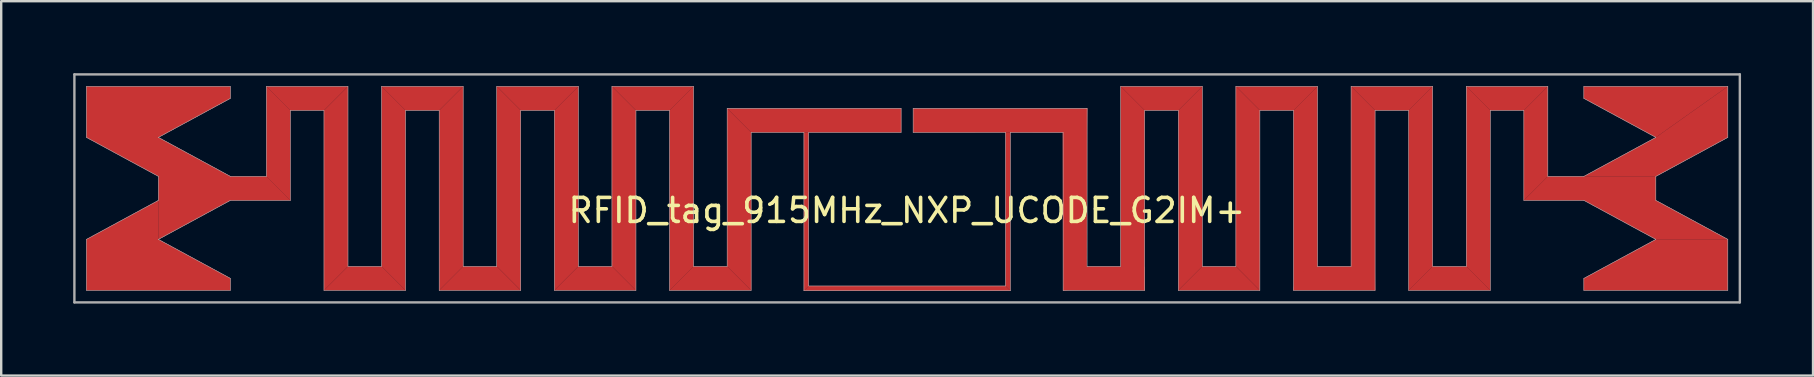
<source format=kicad_pcb>
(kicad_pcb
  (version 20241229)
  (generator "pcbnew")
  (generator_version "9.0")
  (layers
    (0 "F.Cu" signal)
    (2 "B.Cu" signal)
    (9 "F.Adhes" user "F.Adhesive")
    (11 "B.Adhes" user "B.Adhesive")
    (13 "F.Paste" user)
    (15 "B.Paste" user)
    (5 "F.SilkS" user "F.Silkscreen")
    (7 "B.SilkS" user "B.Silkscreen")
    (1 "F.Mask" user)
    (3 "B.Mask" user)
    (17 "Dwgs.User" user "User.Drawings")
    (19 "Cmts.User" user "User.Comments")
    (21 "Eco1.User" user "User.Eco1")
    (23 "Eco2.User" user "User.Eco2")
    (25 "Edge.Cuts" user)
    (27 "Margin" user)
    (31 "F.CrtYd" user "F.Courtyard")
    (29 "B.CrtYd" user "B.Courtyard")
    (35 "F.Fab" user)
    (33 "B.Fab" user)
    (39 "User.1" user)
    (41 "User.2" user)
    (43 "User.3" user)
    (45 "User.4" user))
  (footprint "RFID_tag_915MHz_NXP_UCODE_G2IM+"
    (layer "F.Cu")
    (at 34.74 1.97)
    (property "Reference" "RFID_tag_915MHz_NXP_UCODE_G2IM+" (at 0 3.75 0) (layer "F.SilkS") (effects (font (size 1 1) (thickness 0.15))))
    (attr through_hole)
    (fp_poly (pts (xy -25.69 -0.42) (xy -25.69 3.33) (xy -26.69 2.33) (xy -26.69 -1.42)) (stroke (width 0.01) (type solid)) (fill yes) (layer "F.Cu"))
    (fp_poly (pts (xy -24.29 -0.42) (xy -25.69 -0.42) (xy -26.69 -1.42) (xy -23.29 -1.42)) (stroke (width 0.01) (type solid)) (fill yes) (layer "F.Cu"))
    (fp_poly (pts (xy -23.29 6.08) (xy -24.29 7.08) (xy -24.29 -0.42) (xy -23.29 -1.42)) (stroke (width 0.01) (type solid)) (fill yes) (layer "F.Cu"))
    (fp_poly (pts (xy -20.89 -0.42) (xy -20.89 7.08) (xy -21.89 6.08) (xy -21.89 -1.42)) (stroke (width 0.01) (type solid)) (fill yes) (layer "F.Cu"))
    (fp_poly (pts (xy -20.89 7.08) (xy -24.29 7.08) (xy -23.29 6.08) (xy -21.89 6.08)) (stroke (width 0.01) (type solid)) (fill yes) (layer "F.Cu"))
    (fp_poly (pts (xy -19.49 -0.42) (xy -20.89 -0.42) (xy -21.89 -1.42) (xy -18.49 -1.42)) (stroke (width 0.01) (type solid)) (fill yes) (layer "F.Cu"))
    (fp_poly (pts (xy -18.49 6.08) (xy -19.49 7.08) (xy -19.49 -0.42) (xy -18.49 -1.42)) (stroke (width 0.01) (type solid)) (fill yes) (layer "F.Cu"))
    (fp_poly (pts (xy -16.09 -0.42) (xy -16.09 7.08) (xy -17.09 6.08) (xy -17.09 -1.42)) (stroke (width 0.01) (type solid)) (fill yes) (layer "F.Cu"))
    (fp_poly (pts (xy -16.09 7.08) (xy -19.49 7.08) (xy -18.49 6.08) (xy -17.09 6.08)) (stroke (width 0.01) (type solid)) (fill yes) (layer "F.Cu"))
    (fp_poly (pts (xy -14.69 -0.42) (xy -16.09 -0.42) (xy -17.09 -1.42) (xy -13.69 -1.42)) (stroke (width 0.01) (type solid)) (fill yes) (layer "F.Cu"))
    (fp_poly (pts (xy -13.69 6.08) (xy -14.69 7.08) (xy -14.69 -0.42) (xy -13.69 -1.42)) (stroke (width 0.01) (type solid)) (fill yes) (layer "F.Cu"))
    (fp_poly (pts (xy -11.29 -0.42) (xy -11.29 7.08) (xy -12.29 6.08) (xy -12.29 -1.42)) (stroke (width 0.01) (type solid)) (fill yes) (layer "F.Cu"))
    (fp_poly (pts (xy -11.29 7.08) (xy -14.69 7.08) (xy -13.69 6.08) (xy -12.29 6.08)) (stroke (width 0.01) (type solid)) (fill yes) (layer "F.Cu"))
    (fp_poly (pts (xy -9.89 -0.42) (xy -11.29 -0.42) (xy -12.29 -1.42) (xy -8.89 -1.42)) (stroke (width 0.01) (type solid)) (fill yes) (layer "F.Cu"))
    (fp_poly (pts (xy -8.89 6.08) (xy -9.89 7.08) (xy -9.89 -0.42) (xy -8.89 -1.42)) (stroke (width 0.01) (type solid)) (fill yes) (layer "F.Cu"))
    (fp_poly (pts (xy -6.49 0.497) (xy -6.49 7.08) (xy -7.49 6.08) (xy -7.49 -0.503)) (stroke (width 0.01) (type solid)) (fill yes) (layer "F.Cu"))
    (fp_poly (pts (xy -6.49 7.08) (xy -9.89 7.08) (xy -8.89 6.08) (xy -7.49 6.08)) (stroke (width 0.01) (type solid)) (fill yes) (layer "F.Cu"))
    (fp_poly (pts (xy -4.09 6.897) (xy -4.29 7.097) (xy -4.29 0.497) (xy -4.09 0.497)) (stroke (width 0.01) (type solid)) (fill yes) (layer "F.Cu"))
    (fp_poly (pts (xy -0.24 0.497) (xy -6.49 0.497) (xy -7.49 -0.503) (xy -0.24 -0.503)) (stroke (width 0.01) (type solid)) (fill yes) (layer "F.Cu"))
    (fp_poly (pts (xy 4.31 7.097) (xy -4.29 7.097) (xy -4.09 6.897) (xy 4.11 6.897)) (stroke (width 0.01) (type solid)) (fill yes) (layer "F.Cu"))
    (fp_poly (pts (xy 4.31 7.097) (xy 4.11 6.897) (xy 4.11 0.497) (xy 4.31 0.497)) (stroke (width 0.01) (type solid)) (fill yes) (layer "F.Cu"))
    (fp_poly (pts (xy 7.5 0.5) (xy 0.26 0.497) (xy 0.26 -0.503) (xy 7.51 -0.503)) (stroke (width 0.01) (type solid)) (fill yes) (layer "F.Cu"))
    (fp_poly (pts (xy 7.5 7) (xy 6.51 7.08) (xy 6.5 -0.2) (xy 7.51 -0.503)) (stroke (width 0.01) (type solid)) (fill yes) (layer "F.Cu"))
    (fp_poly (pts (xy 9.91 -0.42) (xy 9.91 7.08) (xy 8.91 6.08) (xy 8.91 -1.42)) (stroke (width 0.01) (type solid)) (fill yes) (layer "F.Cu"))
    (fp_poly (pts (xy 11.31 -0.42) (xy 9.91 -0.42) (xy 8.91 -1.42) (xy 12.31 -1.42)) (stroke (width 0.01) (type solid)) (fill yes) (layer "F.Cu"))
    (fp_poly (pts (xy 12.31 6.08) (xy 11.31 7.08) (xy 11.31 -0.42) (xy 12.31 -1.42)) (stroke (width 0.01) (type solid)) (fill yes) (layer "F.Cu"))
    (fp_poly (pts (xy 14.71 -0.42) (xy 14.71 7.08) (xy 13.71 6.08) (xy 13.71 -1.42)) (stroke (width 0.01) (type solid)) (fill yes) (layer "F.Cu"))
    (fp_poly (pts (xy 14.71 7.08) (xy 11.31 7.08) (xy 12.31 6.08) (xy 13.71 6.08)) (stroke (width 0.01) (type solid)) (fill yes) (layer "F.Cu"))
    (fp_poly (pts (xy 16.11 -0.42) (xy 14.71 -0.42) (xy 13.71 -1.42) (xy 17.11 -1.42)) (stroke (width 0.01) (type solid)) (fill yes) (layer "F.Cu"))
    (fp_poly (pts (xy 17.11 6.08) (xy 16.11 7.08) (xy 16.11 -0.42) (xy 17.11 -1.42)) (stroke (width 0.01) (type solid)) (fill yes) (layer "F.Cu"))
    (fp_poly (pts (xy 19.51 -0.42) (xy 19.51 7.08) (xy 18.51 6.08) (xy 18.51 -1.42)) (stroke (width 0.01) (type solid)) (fill yes) (layer "F.Cu"))
    (fp_poly (pts (xy 20.91 -0.42) (xy 19.51 -0.42) (xy 18.51 -1.42) (xy 21.91 -1.42)) (stroke (width 0.01) (type solid)) (fill yes) (layer "F.Cu"))
    (fp_poly (pts (xy 21.91 6.08) (xy 20.91 7.08) (xy 20.91 -0.42) (xy 21.91 -1.42)) (stroke (width 0.01) (type solid)) (fill yes) (layer "F.Cu"))
    (fp_poly (pts (xy 24.31 -0.42) (xy 24.31 7.08) (xy 23.31 6.08) (xy 23.31 -1.42)) (stroke (width 0.01) (type solid)) (fill yes) (layer "F.Cu"))
    (fp_poly (pts (xy 24.31 7.08) (xy 20.91 7.08) (xy 21.91 6.08) (xy 23.31 6.08)) (stroke (width 0.01) (type solid)) (fill yes) (layer "F.Cu"))
    (fp_poly (pts (xy 25.71 -0.42) (xy 24.31 -0.42) (xy 23.31 -1.42) (xy 26.71 -1.42)) (stroke (width 0.01) (type solid)) (fill yes) (layer "F.Cu"))
    (fp_poly (pts (xy 26.71 2.33) (xy 25.71 3.33) (xy 25.71 -0.42) (xy 26.71 -1.42)) (stroke (width 0.01) (type solid)) (fill yes) (layer "F.Cu"))
    (fp_poly (pts (xy 31.21 0.705) (xy 28.21 -0.92) (xy 28.21 -1.42) (xy 34.21 -1.42)) (stroke (width 0.01) (type solid)) (fill yes) (layer "F.Cu"))
    (fp_poly (pts (xy 34.21 0.705) (xy 31.21 2.33) (xy 28.21 2.33) (xy 31.21 0.705) (xy 34.21 -1.42)) (stroke (width 0.01) (type solid)) (fill yes) (layer "F.Cu"))
    (fp_poly (pts (xy 34.21 7.08) (xy 28.21 7.08) (xy 28.21 6.58) (xy 31.21 4.955) (xy 34.21 4.955)) (stroke (width 0.01) (type solid)) (fill yes) (layer "F.Cu"))
    (fp_poly (pts (xy -31.19 4.955) (xy -28.19 6.58) (xy -28.19 7.08) (xy -34.19 7.08) (xy -34.19 4.955) (xy -31.19 3.33)) (stroke (width 0.01) (type solid)) (fill yes) (layer "F.Cu"))
    (fp_poly (pts (xy 9.9 6.1) (xy 9.91 7.08) (xy 6.51 7.08) (xy 6.6 6.4) (xy 7.51 6.08) (xy 8.91 6.08)) (stroke (width 0.01) (type solid)) (fill yes) (layer "F.Cu"))
    (fp_poly (pts (xy 19.5 6.1) (xy 19.51 7.08) (xy 16.11 7.08) (xy 16.2 6.4) (xy 17.11 6.08) (xy 18.51 6.08)) (stroke (width 0.01) (type solid)) (fill yes) (layer "F.Cu"))
    (fp_poly (pts (xy 31.21 3.33) (xy 34.21 4.955) (xy 31.21 4.955) (xy 28.21 3.33) (xy 25.71 3.33) (xy 26.71 2.33) (xy 31.21 2.33)) (stroke (width 0.01) (type solid)) (fill yes) (layer "F.Cu"))
    (fp_poly (pts (xy -28.19 -0.92) (xy -31.19 0.705) (xy -28.19 2.33) (xy -26.69 2.33) (xy -25.69 3.33) (xy -28.19 3.33) (xy -31.19 4.955) (xy -31.19 2.33) (xy -34.19 0.705) (xy -34.19 -1.42) (xy -28.19 -1.42)) (stroke (width 0.01) (type solid)) (fill yes) (layer "F.Cu"))
    (fp_line (start -34.19 -1.42) (end -34.19 0.705) (stroke (width 0.02) (type solid)) (layer "Dwgs.User"))
    (fp_line (start -34.19 0.705) (end -31.19 2.33) (stroke (width 0.02) (type solid)) (layer "Dwgs.User"))
    (fp_line (start -34.19 4.955) (end -34.19 7.08) (stroke (width 0.02) (type solid)) (layer "Dwgs.User"))
    (fp_line (start -34.19 7.08) (end -28.19 7.08) (stroke (width 0.02) (type solid)) (layer "Dwgs.User"))
    (fp_line (start -31.19 0.705) (end -28.19 -0.92) (stroke (width 0.02) (type solid)) (layer "Dwgs.User"))
    (fp_line (start -31.19 2.33) (end -31.19 3.33) (stroke (width 0.02) (type solid)) (layer "Dwgs.User"))
    (fp_line (start -31.19 3.33) (end -34.19 4.955) (stroke (width 0.02) (type solid)) (layer "Dwgs.User"))
    (fp_line (start -31.19 4.955) (end -28.19 3.33) (stroke (width 0.02) (type solid)) (layer "Dwgs.User"))
    (fp_line (start -28.19 -1.42) (end -34.19 -1.42) (stroke (width 0.02) (type solid)) (layer "Dwgs.User"))
    (fp_line (start -28.19 -0.92) (end -28.19 -1.42) (stroke (width 0.02) (type solid)) (layer "Dwgs.User"))
    (fp_line (start -28.19 2.33) (end -31.19 0.705) (stroke (width 0.02) (type solid)) (layer "Dwgs.User"))
    (fp_line (start -28.19 3.33) (end -25.69 3.33) (stroke (width 0.02) (type solid)) (layer "Dwgs.User"))
    (fp_line (start -28.19 6.58) (end -31.19 4.955) (stroke (width 0.02) (type solid)) (layer "Dwgs.User"))
    (fp_line (start -28.19 7.08) (end -28.19 6.58) (stroke (width 0.02) (type solid)) (layer "Dwgs.User"))
    (fp_line (start -26.69 -1.42) (end -26.69 2.33) (stroke (width 0.02) (type solid)) (layer "Dwgs.User"))
    (fp_line (start -26.69 2.33) (end -28.19 2.33) (stroke (width 0.02) (type solid)) (layer "Dwgs.User"))
    (fp_line (start -25.69 -0.42) (end -24.29 -0.42) (stroke (width 0.02) (type solid)) (layer "Dwgs.User"))
    (fp_line (start -25.69 3.33) (end -25.69 -0.42) (stroke (width 0.02) (type solid)) (layer "Dwgs.User"))
    (fp_line (start -24.29 -0.42) (end -24.29 7.08) (stroke (width 0.02) (type solid)) (layer "Dwgs.User"))
    (fp_line (start -24.29 7.08) (end -20.89 7.08) (stroke (width 0.02) (type solid)) (layer "Dwgs.User"))
    (fp_line (start -23.29 -1.42) (end -26.69 -1.42) (stroke (width 0.02) (type solid)) (layer "Dwgs.User"))
    (fp_line (start -23.29 6.08) (end -23.29 -1.42) (stroke (width 0.02) (type solid)) (layer "Dwgs.User"))
    (fp_line (start -21.89 -1.42) (end -21.89 6.08) (stroke (width 0.02) (type solid)) (layer "Dwgs.User"))
    (fp_line (start -21.89 6.08) (end -23.29 6.08) (stroke (width 0.02) (type solid)) (layer "Dwgs.User"))
    (fp_line (start -20.89 -0.42) (end -19.49 -0.42) (stroke (width 0.02) (type solid)) (layer "Dwgs.User"))
    (fp_line (start -20.89 7.08) (end -20.89 -0.42) (stroke (width 0.02) (type solid)) (layer "Dwgs.User"))
    (fp_line (start -19.49 -0.42) (end -19.49 7.08) (stroke (width 0.02) (type solid)) (layer "Dwgs.User"))
    (fp_line (start -19.49 7.08) (end -16.09 7.08) (stroke (width 0.02) (type solid)) (layer "Dwgs.User"))
    (fp_line (start -18.49 -1.42) (end -21.89 -1.42) (stroke (width 0.02) (type solid)) (layer "Dwgs.User"))
    (fp_line (start -18.49 6.08) (end -18.49 -1.42) (stroke (width 0.02) (type solid)) (layer "Dwgs.User"))
    (fp_line (start -17.09 -1.42) (end -17.09 6.08) (stroke (width 0.02) (type solid)) (layer "Dwgs.User"))
    (fp_line (start -17.09 6.08) (end -18.49 6.08) (stroke (width 0.02) (type solid)) (layer "Dwgs.User"))
    (fp_line (start -16.09 -0.42) (end -14.69 -0.42) (stroke (width 0.02) (type solid)) (layer "Dwgs.User"))
    (fp_line (start -16.09 7.08) (end -16.09 -0.42) (stroke (width 0.02) (type solid)) (layer "Dwgs.User"))
    (fp_line (start -14.69 -0.42) (end -14.69 7.08) (stroke (width 0.02) (type solid)) (layer "Dwgs.User"))
    (fp_line (start -14.69 7.08) (end -11.29 7.08) (stroke (width 0.02) (type solid)) (layer "Dwgs.User"))
    (fp_line (start -13.69 -1.42) (end -17.09 -1.42) (stroke (width 0.02) (type solid)) (layer "Dwgs.User"))
    (fp_line (start -13.69 6.08) (end -13.69 -1.42) (stroke (width 0.02) (type solid)) (layer "Dwgs.User"))
    (fp_line (start -12.29 -1.42) (end -12.29 6.08) (stroke (width 0.02) (type solid)) (layer "Dwgs.User"))
    (fp_line (start -12.29 6.08) (end -13.69 6.08) (stroke (width 0.02) (type solid)) (layer "Dwgs.User"))
    (fp_line (start -11.29 -0.42) (end -9.89 -0.42) (stroke (width 0.02) (type solid)) (layer "Dwgs.User"))
    (fp_line (start -11.29 7.08) (end -11.29 -0.42) (stroke (width 0.02) (type solid)) (layer "Dwgs.User"))
    (fp_line (start -9.89 -0.42) (end -9.89 7.08) (stroke (width 0.02) (type solid)) (layer "Dwgs.User"))
    (fp_line (start -9.89 7.08) (end -6.49 7.08) (stroke (width 0.02) (type solid)) (layer "Dwgs.User"))
    (fp_line (start -8.89 -1.42) (end -12.29 -1.42) (stroke (width 0.02) (type solid)) (layer "Dwgs.User"))
    (fp_line (start -8.89 6.08) (end -8.89 -1.42) (stroke (width 0.02) (type solid)) (layer "Dwgs.User"))
    (fp_line (start -7.49 -0.503) (end -7.49 6.08) (stroke (width 0.02) (type solid)) (layer "Dwgs.User"))
    (fp_line (start -7.49 6.08) (end -8.89 6.08) (stroke (width 0.02) (type solid)) (layer "Dwgs.User"))
    (fp_line (start -6.49 0.497) (end -4.29 0.497) (stroke (width 0.02) (type solid)) (layer "Dwgs.User"))
    (fp_line (start -6.49 7.08) (end -6.49 0.497) (stroke (width 0.02) (type solid)) (layer "Dwgs.User"))
    (fp_line (start -4.29 0.497) (end -4.29 7.097) (stroke (width 0.02) (type solid)) (layer "Dwgs.User"))
    (fp_line (start -4.29 7.097) (end 4.31 7.097) (stroke (width 0.02) (type solid)) (layer "Dwgs.User"))
    (fp_line (start -4.09 0.497) (end -0.24 0.497) (stroke (width 0.02) (type solid)) (layer "Dwgs.User"))
    (fp_line (start -4.09 6.897) (end -4.09 0.497) (stroke (width 0.02) (type solid)) (layer "Dwgs.User"))
    (fp_line (start -0.24 -0.503) (end -7.49 -0.503) (stroke (width 0.02) (type solid)) (layer "Dwgs.User"))
    (fp_line (start -0.24 0.497) (end -0.24 -0.503) (stroke (width 0.02) (type solid)) (layer "Dwgs.User"))
    (fp_line (start 0.26 -0.503) (end 0.26 0.497) (stroke (width 0.02) (type solid)) (layer "Dwgs.User"))
    (fp_line (start 0.26 0.497) (end 4.11 0.497) (stroke (width 0.02) (type solid)) (layer "Dwgs.User"))
    (fp_line (start 4.11 0.497) (end 4.11 6.897) (stroke (width 0.02) (type solid)) (layer "Dwgs.User"))
    (fp_line (start 4.11 6.897) (end -4.09 6.897) (stroke (width 0.02) (type solid)) (layer "Dwgs.User"))
    (fp_line (start 4.31 0.497) (end 6.51 0.497) (stroke (width 0.02) (type solid)) (layer "Dwgs.User"))
    (fp_line (start 4.31 7.097) (end 4.31 0.497) (stroke (width 0.02) (type solid)) (layer "Dwgs.User"))
    (fp_line (start 6.51 0.497) (end 6.51 7.08) (stroke (width 0.02) (type solid)) (layer "Dwgs.User"))
    (fp_line (start 6.51 7.08) (end 9.91 7.08) (stroke (width 0.02) (type solid)) (layer "Dwgs.User"))
    (fp_line (start 7.51 -0.503) (end 0.26 -0.503) (stroke (width 0.02) (type solid)) (layer "Dwgs.User"))
    (fp_line (start 7.51 6.08) (end 7.51 -0.503) (stroke (width 0.02) (type solid)) (layer "Dwgs.User"))
    (fp_line (start 8.91 -1.42) (end 8.91 6.08) (stroke (width 0.02) (type solid)) (layer "Dwgs.User"))
    (fp_line (start 8.91 6.08) (end 7.51 6.08) (stroke (width 0.02) (type solid)) (layer "Dwgs.User"))
    (fp_line (start 9.91 -0.42) (end 11.31 -0.42) (stroke (width 0.02) (type solid)) (layer "Dwgs.User"))
    (fp_line (start 9.91 7.08) (end 9.91 -0.42) (stroke (width 0.02) (type solid)) (layer "Dwgs.User"))
    (fp_line (start 11.31 -0.42) (end 11.31 7.08) (stroke (width 0.02) (type solid)) (layer "Dwgs.User"))
    (fp_line (start 11.31 7.08) (end 14.71 7.08) (stroke (width 0.02) (type solid)) (layer "Dwgs.User"))
    (fp_line (start 12.31 -1.42) (end 8.91 -1.42) (stroke (width 0.02) (type solid)) (layer "Dwgs.User"))
    (fp_line (start 12.31 6.08) (end 12.31 -1.42) (stroke (width 0.02) (type solid)) (layer "Dwgs.User"))
    (fp_line (start 13.71 -1.42) (end 13.71 6.08) (stroke (width 0.02) (type solid)) (layer "Dwgs.User"))
    (fp_line (start 13.71 6.08) (end 12.31 6.08) (stroke (width 0.02) (type solid)) (layer "Dwgs.User"))
    (fp_line (start 14.71 -0.42) (end 16.11 -0.42) (stroke (width 0.02) (type solid)) (layer "Dwgs.User"))
    (fp_line (start 14.71 7.08) (end 14.71 -0.42) (stroke (width 0.02) (type solid)) (layer "Dwgs.User"))
    (fp_line (start 16.11 -0.42) (end 16.11 7.08) (stroke (width 0.02) (type solid)) (layer "Dwgs.User"))
    (fp_line (start 16.11 7.08) (end 19.51 7.08) (stroke (width 0.02) (type solid)) (layer "Dwgs.User"))
    (fp_line (start 17.11 -1.42) (end 13.71 -1.42) (stroke (width 0.02) (type solid)) (layer "Dwgs.User"))
    (fp_line (start 17.11 6.08) (end 17.11 -1.42) (stroke (width 0.02) (type solid)) (layer "Dwgs.User"))
    (fp_line (start 18.51 -1.42) (end 18.51 6.08) (stroke (width 0.02) (type solid)) (layer "Dwgs.User"))
    (fp_line (start 18.51 6.08) (end 17.11 6.08) (stroke (width 0.02) (type solid)) (layer "Dwgs.User"))
    (fp_line (start 19.51 -0.42) (end 20.91 -0.42) (stroke (width 0.02) (type solid)) (layer "Dwgs.User"))
    (fp_line (start 19.51 7.08) (end 19.51 -0.42) (stroke (width 0.02) (type solid)) (layer "Dwgs.User"))
    (fp_line (start 20.91 -0.42) (end 20.91 7.08) (stroke (width 0.02) (type solid)) (layer "Dwgs.User"))
    (fp_line (start 20.91 7.08) (end 24.31 7.08) (stroke (width 0.02) (type solid)) (layer "Dwgs.User"))
    (fp_line (start 21.91 -1.42) (end 18.51 -1.42) (stroke (width 0.02) (type solid)) (layer "Dwgs.User"))
    (fp_line (start 21.91 6.08) (end 21.91 -1.42) (stroke (width 0.02) (type solid)) (layer "Dwgs.User"))
    (fp_line (start 23.31 -1.42) (end 23.31 6.08) (stroke (width 0.02) (type solid)) (layer "Dwgs.User"))
    (fp_line (start 23.31 6.08) (end 21.91 6.08) (stroke (width 0.02) (type solid)) (layer "Dwgs.User"))
    (fp_line (start 24.31 -0.42) (end 25.71 -0.42) (stroke (width 0.02) (type solid)) (layer "Dwgs.User"))
    (fp_line (start 24.31 7.08) (end 24.31 -0.42) (stroke (width 0.02) (type solid)) (layer "Dwgs.User"))
    (fp_line (start 25.71 -0.42) (end 25.71 3.33) (stroke (width 0.02) (type solid)) (layer "Dwgs.User"))
    (fp_line (start 25.71 3.33) (end 28.21 3.33) (stroke (width 0.02) (type solid)) (layer "Dwgs.User"))
    (fp_line (start 26.71 -1.42) (end 23.31 -1.42) (stroke (width 0.02) (type solid)) (layer "Dwgs.User"))
    (fp_line (start 26.71 2.33) (end 26.71 -1.42) (stroke (width 0.02) (type solid)) (layer "Dwgs.User"))
    (fp_line (start 28.21 -1.42) (end 28.21 -0.92) (stroke (width 0.02) (type solid)) (layer "Dwgs.User"))
    (fp_line (start 28.21 -0.92) (end 31.21 0.705) (stroke (width 0.02) (type solid)) (layer "Dwgs.User"))
    (fp_line (start 28.21 2.33) (end 26.71 2.33) (stroke (width 0.02) (type solid)) (layer "Dwgs.User"))
    (fp_line (start 28.21 3.33) (end 31.21 4.955) (stroke (width 0.02) (type solid)) (layer "Dwgs.User"))
    (fp_line (start 28.21 6.58) (end 28.21 7.08) (stroke (width 0.02) (type solid)) (layer "Dwgs.User"))
    (fp_line (start 28.21 7.08) (end 34.21 7.08) (stroke (width 0.02) (type solid)) (layer "Dwgs.User"))
    (fp_line (start 31.21 0.705) (end 28.21 2.33) (stroke (width 0.02) (type solid)) (layer "Dwgs.User"))
    (fp_line (start 31.21 2.33) (end 34.21 0.705) (stroke (width 0.02) (type solid)) (layer "Dwgs.User"))
    (fp_line (start 31.21 3.33) (end 31.21 2.33) (stroke (width 0.02) (type solid)) (layer "Dwgs.User"))
    (fp_line (start 31.21 4.955) (end 28.21 6.58) (stroke (width 0.02) (type solid)) (layer "Dwgs.User"))
    (fp_line (start 34.21 -1.42) (end 28.21 -1.42) (stroke (width 0.02) (type solid)) (layer "Dwgs.User"))
    (fp_line (start 34.21 0.705) (end 34.21 -1.42) (stroke (width 0.02) (type solid)) (layer "Dwgs.User"))
    (fp_line (start 34.21 4.955) (end 31.21 3.33) (stroke (width 0.02) (type solid)) (layer "Dwgs.User"))
    (fp_line (start 34.21 7.08) (end 34.21 4.955) (stroke (width 0.02) (type solid)) (layer "Dwgs.User"))
    (fp_line (start -34.69 -1.92) (end -34.69 7.58) (stroke (width 0.1) (type solid)) (layer "F.Fab"))
    (fp_line (start -34.69 7.58) (end 34.71 7.58) (stroke (width 0.1) (type solid)) (layer "F.Fab"))
    (fp_line (start 34.71 -1.92) (end -34.69 -1.92) (stroke (width 0.1) (type solid)) (layer "F.Fab"))
    (fp_line (start 34.71 7.58) (end 34.71 -1.92) (stroke (width 0.1) (type solid)) (layer "F.Fab"))
    (pad "1" smd rect (at -0.7 0.2) (size 0.8 0.5) (layers "F.Cu" "F.Mask" "F.Paste"))
    (pad "2" smd rect (at 0.7 0.2) (size 0.8 0.5) (layers "F.Cu" "F.Mask" "F.Paste")))
  (gr_rect
    (start -3 -3)
    (end 72.5 12.6)
    (stroke (width 0.1) (type default))
    (fill no)
    (layer "Edge.Cuts")))
</source>
